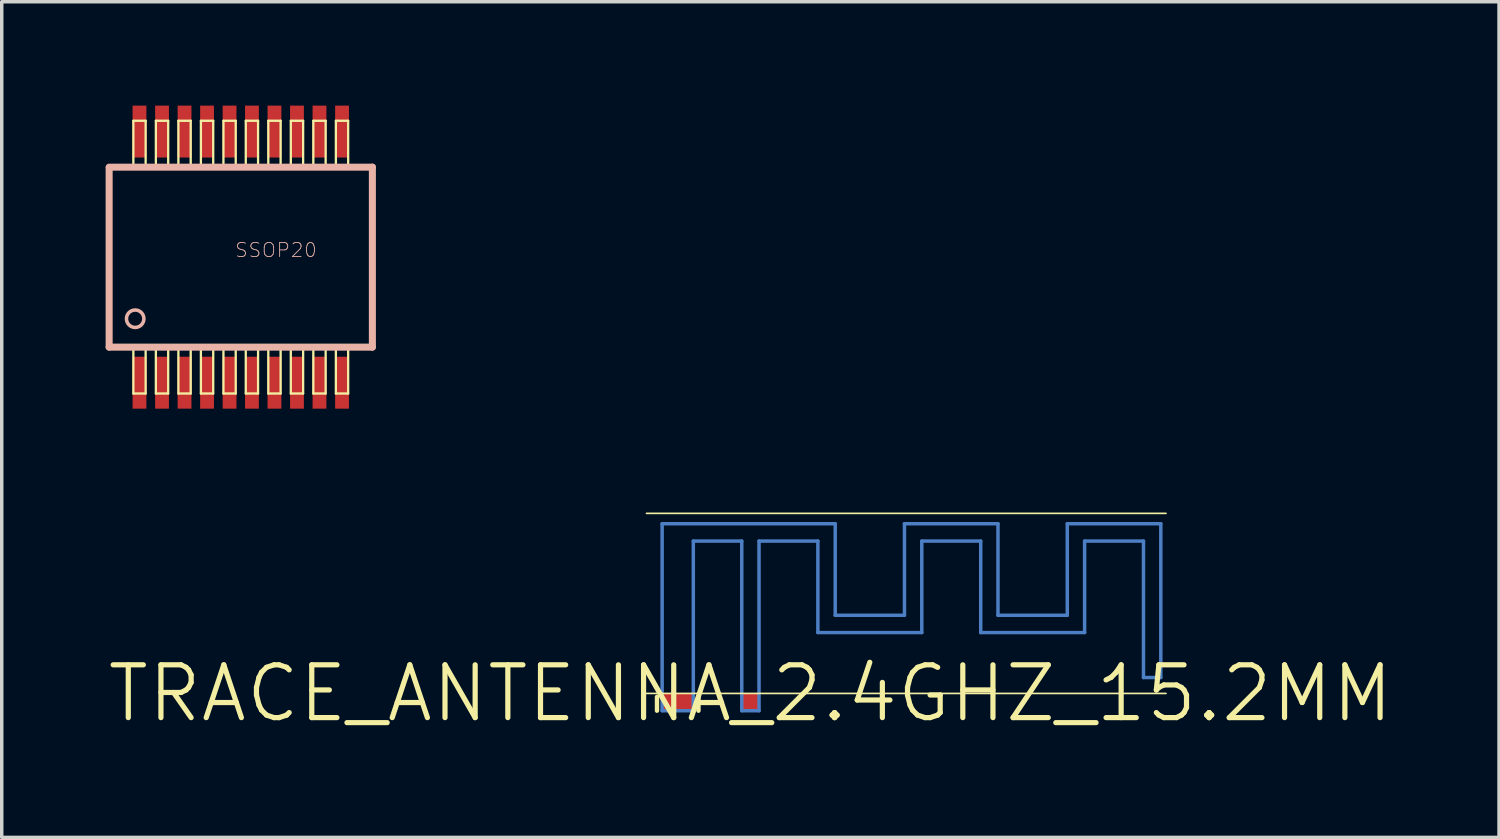
<source format=kicad_pcb>
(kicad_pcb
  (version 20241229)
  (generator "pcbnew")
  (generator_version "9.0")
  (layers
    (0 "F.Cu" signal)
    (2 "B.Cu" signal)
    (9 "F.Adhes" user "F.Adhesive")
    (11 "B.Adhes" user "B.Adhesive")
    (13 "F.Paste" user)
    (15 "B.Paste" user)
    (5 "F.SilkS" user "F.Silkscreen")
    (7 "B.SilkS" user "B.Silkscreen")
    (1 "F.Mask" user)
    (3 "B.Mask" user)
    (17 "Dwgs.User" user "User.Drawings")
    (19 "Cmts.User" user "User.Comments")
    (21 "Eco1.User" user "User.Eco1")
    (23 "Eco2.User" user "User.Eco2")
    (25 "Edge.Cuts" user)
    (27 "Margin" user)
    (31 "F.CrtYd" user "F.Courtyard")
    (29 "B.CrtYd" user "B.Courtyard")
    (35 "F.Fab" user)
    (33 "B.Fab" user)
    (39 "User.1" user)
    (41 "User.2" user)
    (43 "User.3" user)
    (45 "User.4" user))
  (footprint "SSOP20"
    (layer "F.Cu")
    (at 3.901 4.374)
    (property "Reference" "SSOP20" (at 1.016 -0.203 0) (layer "B.SilkS") (effects (font (size 0.406 0.406) (thickness 0.025))))
    (attr smd)
    (fp_line (start -3.101 -3.937) (end -2.746 -3.937) (stroke (width 0.066) (type solid)) (layer "F.SilkS"))
    (fp_line (start -3.101 -2.642) (end -3.101 -3.937) (stroke (width 0.066) (type solid)) (layer "F.SilkS"))
    (fp_line (start -3.101 -2.642) (end -2.746 -2.642) (stroke (width 0.066) (type solid)) (layer "F.SilkS"))
    (fp_line (start -3.101 2.642) (end -2.746 2.642) (stroke (width 0.066) (type solid)) (layer "F.SilkS"))
    (fp_line (start -3.101 3.937) (end -3.101 2.642) (stroke (width 0.066) (type solid)) (layer "F.SilkS"))
    (fp_line (start -3.101 3.937) (end -2.746 3.937) (stroke (width 0.066) (type solid)) (layer "F.SilkS"))
    (fp_line (start -2.746 -2.642) (end -2.746 -3.937) (stroke (width 0.066) (type solid)) (layer "F.SilkS"))
    (fp_line (start -2.746 3.937) (end -2.746 2.642) (stroke (width 0.066) (type solid)) (layer "F.SilkS"))
    (fp_line (start -2.451 -3.937) (end -2.095 -3.937) (stroke (width 0.066) (type solid)) (layer "F.SilkS"))
    (fp_line (start -2.451 -2.642) (end -2.451 -3.937) (stroke (width 0.066) (type solid)) (layer "F.SilkS"))
    (fp_line (start -2.451 -2.642) (end -2.095 -2.642) (stroke (width 0.066) (type solid)) (layer "F.SilkS"))
    (fp_line (start -2.451 2.642) (end -2.095 2.642) (stroke (width 0.066) (type solid)) (layer "F.SilkS"))
    (fp_line (start -2.451 3.937) (end -2.451 2.642) (stroke (width 0.066) (type solid)) (layer "F.SilkS"))
    (fp_line (start -2.451 3.937) (end -2.095 3.937) (stroke (width 0.066) (type solid)) (layer "F.SilkS"))
    (fp_line (start -2.095 -2.642) (end -2.095 -3.937) (stroke (width 0.066) (type solid)) (layer "F.SilkS"))
    (fp_line (start -2.095 3.937) (end -2.095 2.642) (stroke (width 0.066) (type solid)) (layer "F.SilkS"))
    (fp_line (start -1.801 -3.937) (end -1.445 -3.937) (stroke (width 0.066) (type solid)) (layer "F.SilkS"))
    (fp_line (start -1.801 -2.642) (end -1.801 -3.937) (stroke (width 0.066) (type solid)) (layer "F.SilkS"))
    (fp_line (start -1.801 -2.642) (end -1.445 -2.642) (stroke (width 0.066) (type solid)) (layer "F.SilkS"))
    (fp_line (start -1.801 2.642) (end -1.445 2.642) (stroke (width 0.066) (type solid)) (layer "F.SilkS"))
    (fp_line (start -1.801 3.937) (end -1.801 2.642) (stroke (width 0.066) (type solid)) (layer "F.SilkS"))
    (fp_line (start -1.801 3.937) (end -1.445 3.937) (stroke (width 0.066) (type solid)) (layer "F.SilkS"))
    (fp_line (start -1.445 -2.642) (end -1.445 -3.937) (stroke (width 0.066) (type solid)) (layer "F.SilkS"))
    (fp_line (start -1.445 3.937) (end -1.445 2.642) (stroke (width 0.066) (type solid)) (layer "F.SilkS"))
    (fp_line (start -1.151 -3.937) (end -0.795 -3.937) (stroke (width 0.066) (type solid)) (layer "F.SilkS"))
    (fp_line (start -1.151 -2.642) (end -1.151 -3.937) (stroke (width 0.066) (type solid)) (layer "F.SilkS"))
    (fp_line (start -1.151 -2.642) (end -0.795 -2.642) (stroke (width 0.066) (type solid)) (layer "F.SilkS"))
    (fp_line (start -1.151 2.642) (end -0.795 2.642) (stroke (width 0.066) (type solid)) (layer "F.SilkS"))
    (fp_line (start -1.151 3.937) (end -1.151 2.642) (stroke (width 0.066) (type solid)) (layer "F.SilkS"))
    (fp_line (start -1.151 3.937) (end -0.795 3.937) (stroke (width 0.066) (type solid)) (layer "F.SilkS"))
    (fp_line (start -0.795 -2.642) (end -0.795 -3.937) (stroke (width 0.066) (type solid)) (layer "F.SilkS"))
    (fp_line (start -0.795 3.937) (end -0.795 2.642) (stroke (width 0.066) (type solid)) (layer "F.SilkS"))
    (fp_line (start -0.5 -3.937) (end -0.145 -3.937) (stroke (width 0.066) (type solid)) (layer "F.SilkS"))
    (fp_line (start -0.5 -2.642) (end -0.5 -3.937) (stroke (width 0.066) (type solid)) (layer "F.SilkS"))
    (fp_line (start -0.5 -2.642) (end -0.145 -2.642) (stroke (width 0.066) (type solid)) (layer "F.SilkS"))
    (fp_line (start -0.5 2.642) (end -0.145 2.642) (stroke (width 0.066) (type solid)) (layer "F.SilkS"))
    (fp_line (start -0.5 3.937) (end -0.5 2.642) (stroke (width 0.066) (type solid)) (layer "F.SilkS"))
    (fp_line (start -0.5 3.937) (end -0.145 3.937) (stroke (width 0.066) (type solid)) (layer "F.SilkS"))
    (fp_line (start -0.145 -2.642) (end -0.145 -3.937) (stroke (width 0.066) (type solid)) (layer "F.SilkS"))
    (fp_line (start -0.145 3.937) (end -0.145 2.642) (stroke (width 0.066) (type solid)) (layer "F.SilkS"))
    (fp_line (start 0.145 -3.937) (end 0.5 -3.937) (stroke (width 0.066) (type solid)) (layer "F.SilkS"))
    (fp_line (start 0.145 -2.642) (end 0.145 -3.937) (stroke (width 0.066) (type solid)) (layer "F.SilkS"))
    (fp_line (start 0.145 -2.642) (end 0.5 -2.642) (stroke (width 0.066) (type solid)) (layer "F.SilkS"))
    (fp_line (start 0.145 2.642) (end 0.5 2.642) (stroke (width 0.066) (type solid)) (layer "F.SilkS"))
    (fp_line (start 0.145 3.937) (end 0.145 2.642) (stroke (width 0.066) (type solid)) (layer "F.SilkS"))
    (fp_line (start 0.145 3.937) (end 0.5 3.937) (stroke (width 0.066) (type solid)) (layer "F.SilkS"))
    (fp_line (start 0.5 -2.642) (end 0.5 -3.937) (stroke (width 0.066) (type solid)) (layer "F.SilkS"))
    (fp_line (start 0.5 3.937) (end 0.5 2.642) (stroke (width 0.066) (type solid)) (layer "F.SilkS"))
    (fp_line (start 0.795 -3.937) (end 1.151 -3.937) (stroke (width 0.066) (type solid)) (layer "F.SilkS"))
    (fp_line (start 0.795 -2.642) (end 0.795 -3.937) (stroke (width 0.066) (type solid)) (layer "F.SilkS"))
    (fp_line (start 0.795 -2.642) (end 1.151 -2.642) (stroke (width 0.066) (type solid)) (layer "F.SilkS"))
    (fp_line (start 0.795 2.642) (end 1.151 2.642) (stroke (width 0.066) (type solid)) (layer "F.SilkS"))
    (fp_line (start 0.795 3.937) (end 0.795 2.642) (stroke (width 0.066) (type solid)) (layer "F.SilkS"))
    (fp_line (start 0.795 3.937) (end 1.151 3.937) (stroke (width 0.066) (type solid)) (layer "F.SilkS"))
    (fp_line (start 1.151 -2.642) (end 1.151 -3.937) (stroke (width 0.066) (type solid)) (layer "F.SilkS"))
    (fp_line (start 1.151 3.937) (end 1.151 2.642) (stroke (width 0.066) (type solid)) (layer "F.SilkS"))
    (fp_line (start 1.445 -3.937) (end 1.801 -3.937) (stroke (width 0.066) (type solid)) (layer "F.SilkS"))
    (fp_line (start 1.445 -2.642) (end 1.445 -3.937) (stroke (width 0.066) (type solid)) (layer "F.SilkS"))
    (fp_line (start 1.445 -2.642) (end 1.801 -2.642) (stroke (width 0.066) (type solid)) (layer "F.SilkS"))
    (fp_line (start 1.445 2.642) (end 1.801 2.642) (stroke (width 0.066) (type solid)) (layer "F.SilkS"))
    (fp_line (start 1.445 3.937) (end 1.445 2.642) (stroke (width 0.066) (type solid)) (layer "F.SilkS"))
    (fp_line (start 1.445 3.937) (end 1.801 3.937) (stroke (width 0.066) (type solid)) (layer "F.SilkS"))
    (fp_line (start 1.801 -2.642) (end 1.801 -3.937) (stroke (width 0.066) (type solid)) (layer "F.SilkS"))
    (fp_line (start 1.801 3.937) (end 1.801 2.642) (stroke (width 0.066) (type solid)) (layer "F.SilkS"))
    (fp_line (start 2.095 -3.937) (end 2.451 -3.937) (stroke (width 0.066) (type solid)) (layer "F.SilkS"))
    (fp_line (start 2.095 -2.642) (end 2.095 -3.937) (stroke (width 0.066) (type solid)) (layer "F.SilkS"))
    (fp_line (start 2.095 -2.642) (end 2.451 -2.642) (stroke (width 0.066) (type solid)) (layer "F.SilkS"))
    (fp_line (start 2.095 2.642) (end 2.451 2.642) (stroke (width 0.066) (type solid)) (layer "F.SilkS"))
    (fp_line (start 2.095 3.937) (end 2.095 2.642) (stroke (width 0.066) (type solid)) (layer "F.SilkS"))
    (fp_line (start 2.095 3.937) (end 2.451 3.937) (stroke (width 0.066) (type solid)) (layer "F.SilkS"))
    (fp_line (start 2.451 -2.642) (end 2.451 -3.937) (stroke (width 0.066) (type solid)) (layer "F.SilkS"))
    (fp_line (start 2.451 3.937) (end 2.451 2.642) (stroke (width 0.066) (type solid)) (layer "F.SilkS"))
    (fp_line (start 2.746 -3.937) (end 3.101 -3.937) (stroke (width 0.066) (type solid)) (layer "F.SilkS"))
    (fp_line (start 2.746 -2.642) (end 2.746 -3.937) (stroke (width 0.066) (type solid)) (layer "F.SilkS"))
    (fp_line (start 2.746 -2.642) (end 3.101 -2.642) (stroke (width 0.066) (type solid)) (layer "F.SilkS"))
    (fp_line (start 2.746 2.642) (end 3.101 2.642) (stroke (width 0.066) (type solid)) (layer "F.SilkS"))
    (fp_line (start 2.746 3.937) (end 2.746 2.642) (stroke (width 0.066) (type solid)) (layer "F.SilkS"))
    (fp_line (start 2.746 3.937) (end 3.101 3.937) (stroke (width 0.066) (type solid)) (layer "F.SilkS"))
    (fp_line (start 3.101 -2.642) (end 3.101 -3.937) (stroke (width 0.066) (type solid)) (layer "F.SilkS"))
    (fp_line (start 3.101 3.937) (end 3.101 2.642) (stroke (width 0.066) (type solid)) (layer "F.SilkS"))
    (fp_line (start -3.823 -2.573) (end -3.8 -2.573) (stroke (width 0.127) (type solid)) (layer "B.SilkS"))
    (fp_line (start -3.8 -2.573) (end -3.8 2.598) (stroke (width 0.203) (type solid)) (layer "B.SilkS"))
    (fp_line (start -3.8 2.598) (end 3.8 2.598) (stroke (width 0.203) (type solid)) (layer "B.SilkS"))
    (fp_line (start 3.8 -2.598) (end -3.8 -2.598) (stroke (width 0.203) (type solid)) (layer "B.SilkS"))
    (fp_line (start 3.8 2.598) (end 3.8 -2.598) (stroke (width 0.203) (type solid)) (layer "B.SilkS"))
    (fp_circle (center -3.048 1.778) (end -3.226 1.956) (stroke (width 0.102) (type solid)) (fill no) (layer "B.SilkS"))
    (pad "1" smd rect (at -2.924 3.625) (size 0.399 1.499) (layers "F.Cu" "F.Mask" "F.Paste"))
    (pad "2" smd rect (at -2.273 3.625) (size 0.399 1.499) (layers "F.Cu" "F.Mask" "F.Paste"))
    (pad "3" smd rect (at -1.623 3.625) (size 0.399 1.499) (layers "F.Cu" "F.Mask" "F.Paste"))
    (pad "4" smd rect (at -0.973 3.625) (size 0.399 1.499) (layers "F.Cu" "F.Mask" "F.Paste"))
    (pad "5" smd rect (at -0.323 3.625) (size 0.399 1.499) (layers "F.Cu" "F.Mask" "F.Paste"))
    (pad "6" smd rect (at 0.323 3.625) (size 0.399 1.499) (layers "F.Cu" "F.Mask" "F.Paste"))
    (pad "7" smd rect (at 0.973 3.625) (size 0.399 1.499) (layers "F.Cu" "F.Mask" "F.Paste"))
    (pad "8" smd rect (at 1.623 3.625) (size 0.399 1.499) (layers "F.Cu" "F.Mask" "F.Paste"))
    (pad "9" smd rect (at 2.273 3.625) (size 0.399 1.499) (layers "F.Cu" "F.Mask" "F.Paste"))
    (pad "10" smd rect (at 2.924 3.625) (size 0.399 1.499) (layers "F.Cu" "F.Mask" "F.Paste"))
    (pad "11" smd rect (at 2.924 -3.625) (size 0.399 1.499) (layers "F.Cu" "F.Mask" "F.Paste"))
    (pad "12" smd rect (at 2.273 -3.625) (size 0.399 1.499) (layers "F.Cu" "F.Mask" "F.Paste"))
    (pad "13" smd rect (at 1.623 -3.625) (size 0.399 1.499) (layers "F.Cu" "F.Mask" "F.Paste"))
    (pad "14" smd rect (at 0.973 -3.625) (size 0.399 1.499) (layers "F.Cu" "F.Mask" "F.Paste"))
    (pad "15" smd rect (at 0.323 -3.625) (size 0.399 1.499) (layers "F.Cu" "F.Mask" "F.Paste"))
    (pad "16" smd rect (at -0.323 -3.625) (size 0.399 1.499) (layers "F.Cu" "F.Mask" "F.Paste"))
    (pad "17" smd rect (at -0.973 -3.625) (size 0.399 1.499) (layers "F.Cu" "F.Mask" "F.Paste"))
    (pad "18" smd rect (at -1.623 -3.625) (size 0.399 1.499) (layers "F.Cu" "F.Mask" "F.Paste"))
    (pad "19" smd rect (at -2.273 -3.625) (size 0.399 1.499) (layers "F.Cu" "F.Mask" "F.Paste"))
    (pad "20" smd rect (at -2.924 -3.625) (size 0.399 1.499) (layers "F.Cu" "F.Mask" "F.Paste")))
  (footprint "TRACE_ANTENNA_2.4GHZ_15.2MM"
    (layer "F.Cu")
    (at 18.615 16.971)
    (property "Reference" "TRACE_ANTENNA_2.4GHZ_15.2MM" (at 0 0 0) (layer "F.SilkS") (effects (font (size 1.524 1.524) (thickness 0.15))))
    (attr smd)
    (fp_line (start -2.548 -4.9) (end 2.449 -4.9) (stroke (width 0.1) (type solid)) (layer "B.Cu"))
    (fp_line (start -2.548 0.498) (end -2.548 -4.9) (stroke (width 0.1) (type solid)) (layer "B.Cu"))
    (fp_line (start -1.648 -4.399) (end -1.648 0.498) (stroke (width 0.1) (type solid)) (layer "B.Cu"))
    (fp_line (start -1.648 0.498) (end -2.548 0.498) (stroke (width 0.1) (type solid)) (layer "B.Cu"))
    (fp_line (start -0.249 -4.399) (end -1.648 -4.399) (stroke (width 0.1) (type solid)) (layer "B.Cu"))
    (fp_line (start -0.249 0.498) (end -0.249 -4.399) (stroke (width 0.1) (type solid)) (layer "B.Cu"))
    (fp_line (start 0.249 -4.399) (end 0.249 0.498) (stroke (width 0.1) (type solid)) (layer "B.Cu"))
    (fp_line (start 0.249 0.498) (end -0.249 0.498) (stroke (width 0.1) (type solid)) (layer "B.Cu"))
    (fp_line (start 1.948 -4.399) (end 0.249 -4.399) (stroke (width 0.1) (type solid)) (layer "B.Cu"))
    (fp_line (start 1.948 -1.758) (end 1.948 -4.399) (stroke (width 0.1) (type solid)) (layer "B.Cu"))
    (fp_line (start 2.449 -4.9) (end 2.449 -2.258) (stroke (width 0.1) (type solid)) (layer "B.Cu"))
    (fp_line (start 2.449 -2.258) (end 4.448 -2.258) (stroke (width 0.1) (type solid)) (layer "B.Cu"))
    (fp_line (start 4.448 -4.9) (end 7.148 -4.9) (stroke (width 0.1) (type solid)) (layer "B.Cu"))
    (fp_line (start 4.448 -2.258) (end 4.448 -4.9) (stroke (width 0.1) (type solid)) (layer "B.Cu"))
    (fp_line (start 4.948 -4.399) (end 4.948 -1.758) (stroke (width 0.1) (type solid)) (layer "B.Cu"))
    (fp_line (start 4.948 -1.758) (end 1.948 -1.758) (stroke (width 0.1) (type solid)) (layer "B.Cu"))
    (fp_line (start 6.65 -4.399) (end 4.948 -4.399) (stroke (width 0.1) (type solid)) (layer "B.Cu"))
    (fp_line (start 6.65 -1.758) (end 6.65 -4.399) (stroke (width 0.1) (type solid)) (layer "B.Cu"))
    (fp_line (start 7.148 -4.9) (end 7.148 -2.258) (stroke (width 0.1) (type solid)) (layer "B.Cu"))
    (fp_line (start 7.148 -2.258) (end 9.149 -2.258) (stroke (width 0.1) (type solid)) (layer "B.Cu"))
    (fp_line (start 9.149 -4.9) (end 11.849 -4.9) (stroke (width 0.1) (type solid)) (layer "B.Cu"))
    (fp_line (start 9.149 -2.258) (end 9.149 -4.9) (stroke (width 0.1) (type solid)) (layer "B.Cu"))
    (fp_line (start 9.649 -4.399) (end 9.649 -1.758) (stroke (width 0.1) (type solid)) (layer "B.Cu"))
    (fp_line (start 9.649 -1.758) (end 6.65 -1.758) (stroke (width 0.1) (type solid)) (layer "B.Cu"))
    (fp_line (start 11.349 -4.399) (end 9.649 -4.399) (stroke (width 0.1) (type solid)) (layer "B.Cu"))
    (fp_line (start 11.349 -0.46) (end 11.349 -4.399) (stroke (width 0.1) (type solid)) (layer "B.Cu"))
    (fp_line (start 11.849 -4.9) (end 11.849 -0.46) (stroke (width 0.1) (type solid)) (layer "B.Cu"))
    (fp_line (start 11.849 -0.46) (end 11.349 -0.46) (stroke (width 0.1) (type solid)) (layer "B.Cu"))
    (fp_line (start -3 -5.199) (end 11.999 -5.199) (stroke (width 0.048) (type solid)) (layer "F.SilkS"))
    (fp_line (start -3 0) (end 11.999 0) (stroke (width 0.048) (type solid)) (layer "F.SilkS"))
    (fp_line (start -2.697 0.498) (end -2.697 0.099) (stroke (width 0.127) (type solid)) (layer "F.SilkS"))
    (fp_line (start -1.499 0.498) (end -1.499 0.099) (stroke (width 0.127) (type solid)) (layer "F.SilkS"))
    (pad "ANT" smd rect (at 0 0.249) (size 0.498 0.498) (layers "F.Cu" "F.Mask" "F.Paste"))
    (pad "GND" smd rect (at -2.098 0.249) (size 0.899 0.498) (layers "F.Cu" "F.Mask" "F.Paste")))
  (gr_rect
    (start -3 -3)
    (end 40.229 21.126)
    (stroke (width 0.1) (type default))
    (fill no)
    (layer "Edge.Cuts")))
</source>
